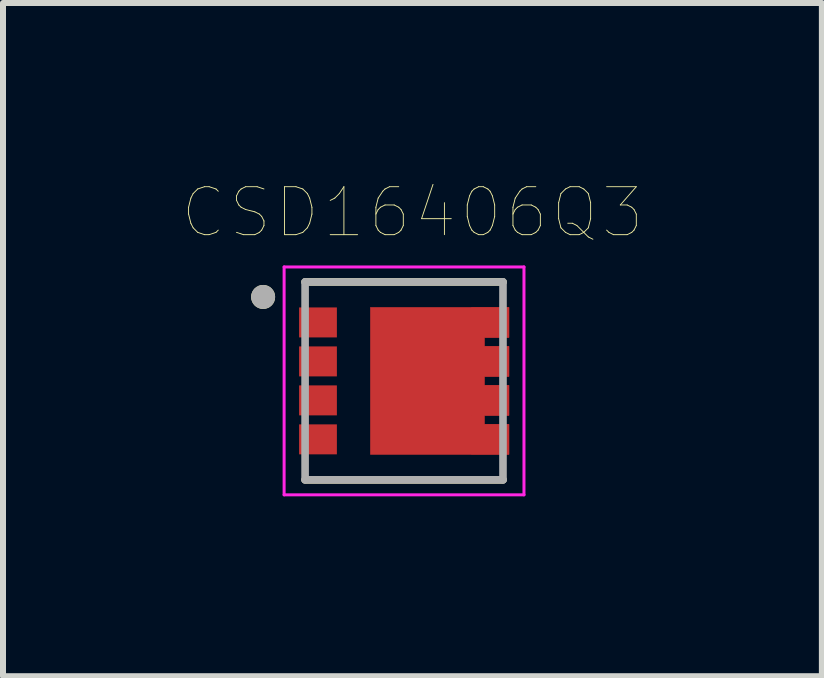
<source format=kicad_pcb>
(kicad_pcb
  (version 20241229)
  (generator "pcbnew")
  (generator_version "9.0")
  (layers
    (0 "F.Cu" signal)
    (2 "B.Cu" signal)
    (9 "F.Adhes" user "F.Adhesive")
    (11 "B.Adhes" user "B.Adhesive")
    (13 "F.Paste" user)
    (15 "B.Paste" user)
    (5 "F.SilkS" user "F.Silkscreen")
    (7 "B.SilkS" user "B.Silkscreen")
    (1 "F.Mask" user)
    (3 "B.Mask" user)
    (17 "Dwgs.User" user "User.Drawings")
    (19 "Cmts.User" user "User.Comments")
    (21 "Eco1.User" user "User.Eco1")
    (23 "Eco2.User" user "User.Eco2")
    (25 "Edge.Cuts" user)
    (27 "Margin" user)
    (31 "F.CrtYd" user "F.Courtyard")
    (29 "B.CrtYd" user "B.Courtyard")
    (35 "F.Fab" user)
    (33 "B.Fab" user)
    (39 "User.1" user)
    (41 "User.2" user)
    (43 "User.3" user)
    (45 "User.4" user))
  (footprint "CSD16406Q3"
    (layer "F.Cu")
    (at 3.688 3.302)
    (property "Reference" "CSD16406Q3" (at 0.14 -2.808 0) (layer "F.SilkS") (effects (font (size 0.8 0.8) (thickness 0.015))))
    (attr through_hole)
    (fp_poly (pts (xy 1.75 -1.225) (xy 1.75 -0.725) (xy 1.34 -0.725) (xy 1.34 -0.575) (xy 1.75 -0.575) (xy 1.75 -0.075) (xy 1.34 -0.075) (xy 1.34 0.075) (xy 1.75 0.075) (xy 1.75 0.575) (xy 1.34 0.575) (xy 1.34 0.725) (xy 1.75 0.725) (xy 1.75 1.225) (xy -0.56 1.225) (xy -0.56 -1.225)) (stroke (width 0.01) (type solid)) (fill yes) (layer "F.Cu"))
    (fp_poly (pts (xy -0.66 -1.325) (xy 1.85 -1.325) (xy 1.85 1.325) (xy -0.66 1.325)) (stroke (width 0.01) (type solid)) (fill yes) (layer "F.Mask"))
    (fp_line (start -1.65 -1.65) (end 1.65 -1.65) (stroke (width 0.127) (type solid)) (layer "F.SilkS"))
    (fp_line (start -1.65 1.65) (end 1.65 1.65) (stroke (width 0.127) (type solid)) (layer "F.SilkS"))
    (fp_circle (center -2.35 -1.4) (end -2.25 -1.4) (stroke (width 0.2) (type solid)) (fill no) (layer "F.SilkS"))
    (fp_poly (pts (xy -1.66 -1.145) (xy -1.21 -1.145) (xy -1.21 -0.805) (xy -1.66 -0.805)) (stroke (width 0.01) (type solid)) (fill yes) (layer "F.Paste"))
    (fp_poly (pts (xy -1.66 -0.495) (xy -1.21 -0.495) (xy -1.21 -0.155) (xy -1.66 -0.155)) (stroke (width 0.01) (type solid)) (fill yes) (layer "F.Paste"))
    (fp_poly (pts (xy -1.66 0.155) (xy -1.21 0.155) (xy -1.21 0.495) (xy -1.66 0.495)) (stroke (width 0.01) (type solid)) (fill yes) (layer "F.Paste"))
    (fp_poly (pts (xy -1.66 0.805) (xy -1.21 0.805) (xy -1.21 1.145) (xy -1.66 1.145)) (stroke (width 0.01) (type solid)) (fill yes) (layer "F.Paste"))
    (fp_poly (pts (xy -0.46 -1.145) (xy 0.985 -1.145) (xy 0.985 -0.125) (xy -0.46 -0.125)) (stroke (width 0.01) (type solid)) (fill yes) (layer "F.Paste"))
    (fp_poly (pts (xy -0.46 0.125) (xy 0.985 0.125) (xy 0.985 1.145) (xy -0.46 1.145)) (stroke (width 0.01) (type solid)) (fill yes) (layer "F.Paste"))
    (fp_poly (pts (xy 1.21 -1.145) (xy 1.66 -1.145) (xy 1.66 -0.805) (xy 1.21 -0.805)) (stroke (width 0.01) (type solid)) (fill yes) (layer "F.Paste"))
    (fp_poly (pts (xy 1.21 -0.495) (xy 1.66 -0.495) (xy 1.66 -0.155) (xy 1.21 -0.155)) (stroke (width 0.01) (type solid)) (fill yes) (layer "F.Paste"))
    (fp_poly (pts (xy 1.21 0.155) (xy 1.66 0.155) (xy 1.66 0.495) (xy 1.21 0.495)) (stroke (width 0.01) (type solid)) (fill yes) (layer "F.Paste"))
    (fp_poly (pts (xy 1.21 0.805) (xy 1.66 0.805) (xy 1.66 1.145) (xy 1.21 1.145)) (stroke (width 0.01) (type solid)) (fill yes) (layer "F.Paste"))
    (fp_line (start -2 -1.9) (end 2 -1.9) (stroke (width 0.05) (type solid)) (layer "F.CrtYd"))
    (fp_line (start -2 1.9) (end -2 -1.9) (stroke (width 0.05) (type solid)) (layer "F.CrtYd"))
    (fp_line (start 2 -1.9) (end 2 1.9) (stroke (width 0.05) (type solid)) (layer "F.CrtYd"))
    (fp_line (start 2 1.9) (end -2 1.9) (stroke (width 0.05) (type solid)) (layer "F.CrtYd"))
    (fp_line (start -1.65 -1.65) (end 1.65 -1.65) (stroke (width 0.127) (type solid)) (layer "F.Fab"))
    (fp_line (start -1.65 1.65) (end -1.65 -1.65) (stroke (width 0.127) (type solid)) (layer "F.Fab"))
    (fp_line (start 1.65 -1.65) (end 1.65 1.65) (stroke (width 0.127) (type solid)) (layer "F.Fab"))
    (fp_line (start 1.65 1.65) (end -1.65 1.65) (stroke (width 0.127) (type solid)) (layer "F.Fab"))
    (fp_circle (center -2.35 -1.4) (end -2.25 -1.4) (stroke (width 0.2) (type solid)) (fill no) (layer "F.Fab"))
    (pad "1" smd rect (at -1.435 -0.975) (size 0.63 0.5) (layers "F.Cu" "F.Mask"))
    (pad "2" smd rect (at -1.435 -0.325) (size 0.63 0.5) (layers "F.Cu" "F.Mask"))
    (pad "3" smd rect (at -1.435 0.325) (size 0.63 0.5) (layers "F.Cu" "F.Mask"))
    (pad "4" smd rect (at -1.435 0.975) (size 0.63 0.5) (layers "F.Cu" "F.Mask"))
    (pad "5" smd rect (at 1.435 0.975) (size 0.63 0.5) (layers "F.Cu"))
    (pad "6" smd rect (at 1.435 0.325) (size 0.63 0.5) (layers "F.Cu"))
    (pad "7" smd rect (at 1.435 -0.325) (size 0.63 0.5) (layers "F.Cu"))
    (pad "8" smd rect (at 1.435 -0.975) (size 0.63 0.5) (layers "F.Cu")))
  (gr_rect
    (start -3 -3)
    (end 10.656 8.227)
    (stroke (width 0.1) (type default))
    (fill no)
    (layer "Edge.Cuts")))
</source>
